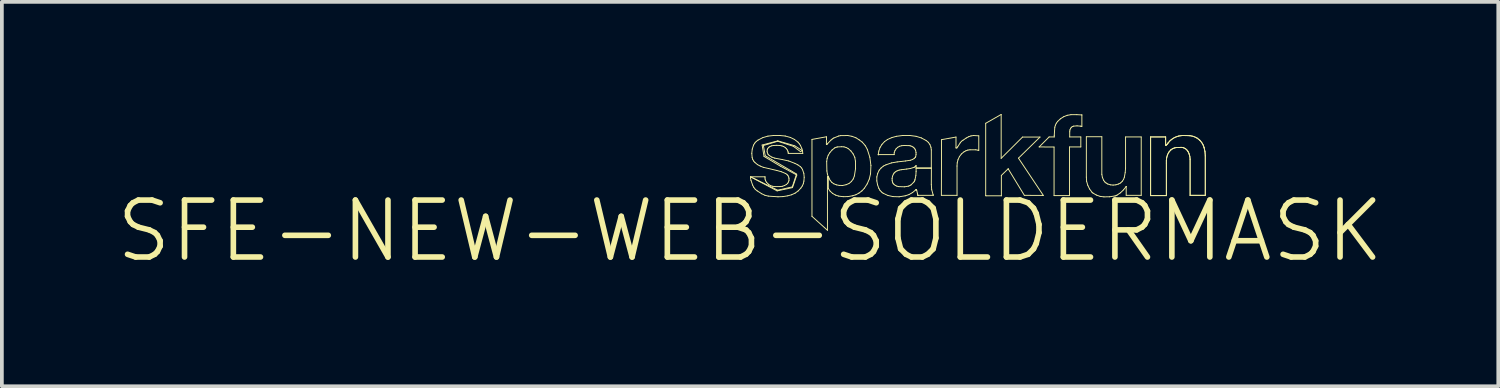
<source format=kicad_pcb>
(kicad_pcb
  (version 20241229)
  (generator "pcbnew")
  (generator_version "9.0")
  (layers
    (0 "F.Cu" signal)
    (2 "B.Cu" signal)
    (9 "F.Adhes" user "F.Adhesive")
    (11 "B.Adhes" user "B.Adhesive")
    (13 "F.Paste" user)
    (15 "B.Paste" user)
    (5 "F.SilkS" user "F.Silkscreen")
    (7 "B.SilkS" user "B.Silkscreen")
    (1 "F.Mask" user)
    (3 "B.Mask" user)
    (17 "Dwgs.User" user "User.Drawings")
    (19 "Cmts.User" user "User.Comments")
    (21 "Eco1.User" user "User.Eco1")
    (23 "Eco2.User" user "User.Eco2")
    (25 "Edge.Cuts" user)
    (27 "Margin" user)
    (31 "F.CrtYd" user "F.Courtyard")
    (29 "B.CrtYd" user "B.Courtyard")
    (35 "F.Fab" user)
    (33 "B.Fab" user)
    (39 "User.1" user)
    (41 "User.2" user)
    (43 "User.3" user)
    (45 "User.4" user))
  (footprint "SFE-NEW-WEB-SOLDERMASK"
    (layer "F.Cu")
    (at 17.018 3.129)
    (property "Reference" "SFE-NEW-WEB-SOLDERMASK" (at 0 0 0) (layer "F.SilkS") (effects (font (size 1.524 1.524) (thickness 0.15))))
    (attr exclude_from_pos_files exclude_from_bom)
    (fp_line (start 0.013 -1.448) (end 0.013 -1.41) (stroke (width 0.025) (type solid)) (layer "F.SilkS"))
    (fp_line (start 0.013 -1.448) (end 0.724 -1.072) (stroke (width 0.025) (type solid)) (layer "F.SilkS"))
    (fp_line (start 0.013 -1.41) (end 0.025 -1.351) (stroke (width 0.025) (type solid)) (layer "F.SilkS"))
    (fp_line (start 0.025 -1.351) (end 0.069 -1.224) (stroke (width 0.025) (type solid)) (layer "F.SilkS"))
    (fp_line (start 0.046 -2.075) (end 0.056 -1.961) (stroke (width 0.025) (type solid)) (layer "F.SilkS"))
    (fp_line (start 0.056 -1.961) (end 0.071 -1.913) (stroke (width 0.025) (type solid)) (layer "F.SilkS"))
    (fp_line (start 0.058 -2.189) (end 0.046 -2.075) (stroke (width 0.025) (type solid)) (layer "F.SilkS"))
    (fp_line (start 0.069 -1.224) (end 0.099 -1.166) (stroke (width 0.025) (type solid)) (layer "F.SilkS"))
    (fp_line (start 0.071 -1.913) (end 0.097 -1.869) (stroke (width 0.025) (type solid)) (layer "F.SilkS"))
    (fp_line (start 0.094 -2.299) (end 0.058 -2.189) (stroke (width 0.025) (type solid)) (layer "F.SilkS"))
    (fp_line (start 0.097 -1.869) (end 0.132 -1.829) (stroke (width 0.025) (type solid)) (layer "F.SilkS"))
    (fp_line (start 0.099 -1.166) (end 0.14 -1.113) (stroke (width 0.025) (type solid)) (layer "F.SilkS"))
    (fp_line (start 0.124 -2.349) (end 0.094 -2.299) (stroke (width 0.025) (type solid)) (layer "F.SilkS"))
    (fp_line (start 0.132 -1.829) (end 0.198 -1.775) (stroke (width 0.025) (type solid)) (layer "F.SilkS"))
    (fp_line (start 0.14 -1.113) (end 0.191 -1.072) (stroke (width 0.025) (type solid)) (layer "F.SilkS"))
    (fp_line (start 0.165 -2.395) (end 0.124 -2.349) (stroke (width 0.025) (type solid)) (layer "F.SilkS"))
    (fp_line (start 0.191 -1.072) (end 0.31 -0.996) (stroke (width 0.025) (type solid)) (layer "F.SilkS"))
    (fp_line (start 0.198 -1.775) (end 0.274 -1.735) (stroke (width 0.025) (type solid)) (layer "F.SilkS"))
    (fp_line (start 0.213 -2.431) (end 0.165 -2.395) (stroke (width 0.025) (type solid)) (layer "F.SilkS"))
    (fp_line (start 0.274 -1.735) (end 0.356 -1.702) (stroke (width 0.025) (type solid)) (layer "F.SilkS"))
    (fp_line (start 0.31 -0.996) (end 0.396 -0.955) (stroke (width 0.025) (type solid)) (layer "F.SilkS"))
    (fp_line (start 0.323 -2.299) (end 0.373 -1.994) (stroke (width 0.025) (type solid)) (layer "F.SilkS"))
    (fp_line (start 0.34 -2.497) (end 0.213 -2.431) (stroke (width 0.025) (type solid)) (layer "F.SilkS"))
    (fp_line (start 0.356 -2.286) (end 0.737 -2.4) (stroke (width 0.025) (type solid)) (layer "F.SilkS"))
    (fp_line (start 0.356 -1.702) (end 0.716 -1.618) (stroke (width 0.025) (type solid)) (layer "F.SilkS"))
    (fp_line (start 0.373 -1.994) (end 0.813 -1.732) (stroke (width 0.025) (type solid)) (layer "F.SilkS"))
    (fp_line (start 0.396 -0.955) (end 0.488 -0.932) (stroke (width 0.025) (type solid)) (layer "F.SilkS"))
    (fp_line (start 0.399 -1.448) (end 0.013 -1.448) (stroke (width 0.025) (type solid)) (layer "F.SilkS"))
    (fp_line (start 0.399 -1.44) (end 0.399 -1.448) (stroke (width 0.025) (type solid)) (layer "F.SilkS"))
    (fp_line (start 0.401 -1.389) (end 0.399 -1.44) (stroke (width 0.025) (type solid)) (layer "F.SilkS"))
    (fp_line (start 0.406 -2.012) (end 0.356 -2.286) (stroke (width 0.025) (type solid)) (layer "F.SilkS"))
    (fp_line (start 0.417 -1.341) (end 0.401 -1.389) (stroke (width 0.025) (type solid)) (layer "F.SilkS"))
    (fp_line (start 0.445 -1.295) (end 0.417 -1.341) (stroke (width 0.025) (type solid)) (layer "F.SilkS"))
    (fp_line (start 0.455 -2.134) (end 0.46 -2.174) (stroke (width 0.025) (type solid)) (layer "F.SilkS"))
    (fp_line (start 0.46 -2.174) (end 0.475 -2.21) (stroke (width 0.025) (type solid)) (layer "F.SilkS"))
    (fp_line (start 0.462 -2.093) (end 0.455 -2.134) (stroke (width 0.025) (type solid)) (layer "F.SilkS"))
    (fp_line (start 0.475 -2.21) (end 0.503 -2.24) (stroke (width 0.025) (type solid)) (layer "F.SilkS"))
    (fp_line (start 0.478 -2.537) (end 0.34 -2.497) (stroke (width 0.025) (type solid)) (layer "F.SilkS"))
    (fp_line (start 0.48 -2.052) (end 0.462 -2.093) (stroke (width 0.025) (type solid)) (layer "F.SilkS"))
    (fp_line (start 0.488 -0.932) (end 0.747 -0.914) (stroke (width 0.025) (type solid)) (layer "F.SilkS"))
    (fp_line (start 0.49 -1.25) (end 0.445 -1.295) (stroke (width 0.025) (type solid)) (layer "F.SilkS"))
    (fp_line (start 0.503 -2.24) (end 0.533 -2.261) (stroke (width 0.025) (type solid)) (layer "F.SilkS"))
    (fp_line (start 0.513 -2.019) (end 0.48 -2.052) (stroke (width 0.025) (type solid)) (layer "F.SilkS"))
    (fp_line (start 0.533 -2.261) (end 0.579 -2.278) (stroke (width 0.025) (type solid)) (layer "F.SilkS"))
    (fp_line (start 0.544 -1.214) (end 0.49 -1.25) (stroke (width 0.025) (type solid)) (layer "F.SilkS"))
    (fp_line (start 0.579 -2.278) (end 0.627 -2.286) (stroke (width 0.025) (type solid)) (layer "F.SilkS"))
    (fp_line (start 0.582 -1.976) (end 0.513 -2.019) (stroke (width 0.025) (type solid)) (layer "F.SilkS"))
    (fp_line (start 0.607 -1.194) (end 0.544 -1.214) (stroke (width 0.025) (type solid)) (layer "F.SilkS"))
    (fp_line (start 0.622 -2.553) (end 0.478 -2.537) (stroke (width 0.025) (type solid)) (layer "F.SilkS"))
    (fp_line (start 0.627 -2.286) (end 0.714 -2.291) (stroke (width 0.025) (type solid)) (layer "F.SilkS"))
    (fp_line (start 0.66 -1.948) (end 0.582 -1.976) (stroke (width 0.025) (type solid)) (layer "F.SilkS"))
    (fp_line (start 0.665 -1.186) (end 0.607 -1.194) (stroke (width 0.025) (type solid)) (layer "F.SilkS"))
    (fp_line (start 0.714 -2.291) (end 0.8 -2.286) (stroke (width 0.025) (type solid)) (layer "F.SilkS"))
    (fp_line (start 0.716 -1.618) (end 0.836 -1.585) (stroke (width 0.025) (type solid)) (layer "F.SilkS"))
    (fp_line (start 0.724 -1.072) (end 1.135 -1.161) (stroke (width 0.025) (type solid)) (layer "F.SilkS"))
    (fp_line (start 0.737 -2.4) (end 1.156 -2.266) (stroke (width 0.025) (type solid)) (layer "F.SilkS"))
    (fp_line (start 0.737 -1.09) (end 0.013 -1.448) (stroke (width 0.025) (type solid)) (layer "F.SilkS"))
    (fp_line (start 0.742 -2.41) (end 0.323 -2.299) (stroke (width 0.025) (type solid)) (layer "F.SilkS"))
    (fp_line (start 0.747 -0.914) (end 0.879 -0.919) (stroke (width 0.025) (type solid)) (layer "F.SilkS"))
    (fp_line (start 0.8 -2.553) (end 0.622 -2.553) (stroke (width 0.025) (type solid)) (layer "F.SilkS"))
    (fp_line (start 0.8 -2.286) (end 0.851 -2.276) (stroke (width 0.025) (type solid)) (layer "F.SilkS"))
    (fp_line (start 0.8 -1.186) (end 0.665 -1.186) (stroke (width 0.025) (type solid)) (layer "F.SilkS"))
    (fp_line (start 0.813 -1.732) (end 1.237 -1.504) (stroke (width 0.025) (type solid)) (layer "F.SilkS"))
    (fp_line (start 0.836 -1.585) (end 0.95 -1.537) (stroke (width 0.025) (type solid)) (layer "F.SilkS"))
    (fp_line (start 0.851 -2.276) (end 0.899 -2.258) (stroke (width 0.025) (type solid)) (layer "F.SilkS"))
    (fp_line (start 0.861 -1.194) (end 0.8 -1.186) (stroke (width 0.025) (type solid)) (layer "F.SilkS"))
    (fp_line (start 0.864 -1.91) (end 0.66 -1.948) (stroke (width 0.025) (type solid)) (layer "F.SilkS"))
    (fp_line (start 0.879 -0.919) (end 1.008 -0.94) (stroke (width 0.025) (type solid)) (layer "F.SilkS"))
    (fp_line (start 0.899 -2.258) (end 0.945 -2.228) (stroke (width 0.025) (type solid)) (layer "F.SilkS"))
    (fp_line (start 0.919 -1.214) (end 0.861 -1.194) (stroke (width 0.025) (type solid)) (layer "F.SilkS"))
    (fp_line (start 0.94 -2.54) (end 0.8 -2.553) (stroke (width 0.025) (type solid)) (layer "F.SilkS"))
    (fp_line (start 0.945 -2.228) (end 0.973 -2.2) (stroke (width 0.025) (type solid)) (layer "F.SilkS"))
    (fp_line (start 0.95 -1.537) (end 0.986 -1.514) (stroke (width 0.025) (type solid)) (layer "F.SilkS"))
    (fp_line (start 0.973 -2.2) (end 0.996 -2.167) (stroke (width 0.025) (type solid)) (layer "F.SilkS"))
    (fp_line (start 0.975 -1.245) (end 0.919 -1.214) (stroke (width 0.025) (type solid)) (layer "F.SilkS"))
    (fp_line (start 0.986 -1.514) (end 1.013 -1.481) (stroke (width 0.025) (type solid)) (layer "F.SilkS"))
    (fp_line (start 0.996 -2.167) (end 1.013 -2.131) (stroke (width 0.025) (type solid)) (layer "F.SilkS"))
    (fp_line (start 1.006 -1.275) (end 0.975 -1.245) (stroke (width 0.025) (type solid)) (layer "F.SilkS"))
    (fp_line (start 1.008 -0.94) (end 1.11 -0.968) (stroke (width 0.025) (type solid)) (layer "F.SilkS"))
    (fp_line (start 1.013 -2.131) (end 1.019 -2.103) (stroke (width 0.025) (type solid)) (layer "F.SilkS"))
    (fp_line (start 1.013 -1.481) (end 1.034 -1.44) (stroke (width 0.025) (type solid)) (layer "F.SilkS"))
    (fp_line (start 1.019 -2.103) (end 1.021 -2.075) (stroke (width 0.025) (type solid)) (layer "F.SilkS"))
    (fp_line (start 1.021 -2.075) (end 1.41 -2.075) (stroke (width 0.025) (type solid)) (layer "F.SilkS"))
    (fp_line (start 1.029 -1.313) (end 1.006 -1.275) (stroke (width 0.025) (type solid)) (layer "F.SilkS"))
    (fp_line (start 1.034 -1.872) (end 0.864 -1.91) (stroke (width 0.025) (type solid)) (layer "F.SilkS"))
    (fp_line (start 1.034 -1.44) (end 1.041 -1.4) (stroke (width 0.025) (type solid)) (layer "F.SilkS"))
    (fp_line (start 1.041 -1.4) (end 1.041 -1.356) (stroke (width 0.025) (type solid)) (layer "F.SilkS"))
    (fp_line (start 1.041 -1.356) (end 1.029 -1.313) (stroke (width 0.025) (type solid)) (layer "F.SilkS"))
    (fp_line (start 1.077 -2.502) (end 0.94 -2.54) (stroke (width 0.025) (type solid)) (layer "F.SilkS"))
    (fp_line (start 1.11 -0.968) (end 1.204 -1.011) (stroke (width 0.025) (type solid)) (layer "F.SilkS"))
    (fp_line (start 1.13 -1.179) (end 0.737 -1.09) (stroke (width 0.025) (type solid)) (layer "F.SilkS"))
    (fp_line (start 1.135 -1.161) (end 1.25 -1.496) (stroke (width 0.025) (type solid)) (layer "F.SilkS"))
    (fp_line (start 1.156 -2.266) (end 1.351 -2.121) (stroke (width 0.025) (type solid)) (layer "F.SilkS"))
    (fp_line (start 1.186 -2.449) (end 1.077 -2.502) (stroke (width 0.025) (type solid)) (layer "F.SilkS"))
    (fp_line (start 1.194 -2.278) (end 0.742 -2.41) (stroke (width 0.025) (type solid)) (layer "F.SilkS"))
    (fp_line (start 1.199 -1.808) (end 1.034 -1.872) (stroke (width 0.025) (type solid)) (layer "F.SilkS"))
    (fp_line (start 1.204 -1.011) (end 1.288 -1.072) (stroke (width 0.025) (type solid)) (layer "F.SilkS"))
    (fp_line (start 1.232 -1.529) (end 0.406 -2.012) (stroke (width 0.025) (type solid)) (layer "F.SilkS"))
    (fp_line (start 1.237 -1.504) (end 1.13 -1.179) (stroke (width 0.025) (type solid)) (layer "F.SilkS"))
    (fp_line (start 1.25 -1.496) (end 1.232 -1.529) (stroke (width 0.025) (type solid)) (layer "F.SilkS"))
    (fp_line (start 1.275 -1.77) (end 1.199 -1.808) (stroke (width 0.025) (type solid)) (layer "F.SilkS"))
    (fp_line (start 1.283 -2.375) (end 1.186 -2.449) (stroke (width 0.025) (type solid)) (layer "F.SilkS"))
    (fp_line (start 1.288 -1.072) (end 1.359 -1.148) (stroke (width 0.025) (type solid)) (layer "F.SilkS"))
    (fp_line (start 1.316 -2.334) (end 1.283 -2.375) (stroke (width 0.025) (type solid)) (layer "F.SilkS"))
    (fp_line (start 1.346 -2.291) (end 1.316 -2.334) (stroke (width 0.025) (type solid)) (layer "F.SilkS"))
    (fp_line (start 1.346 -1.72) (end 1.275 -1.77) (stroke (width 0.025) (type solid)) (layer "F.SilkS"))
    (fp_line (start 1.351 -2.121) (end 1.402 -2.156) (stroke (width 0.025) (type solid)) (layer "F.SilkS"))
    (fp_line (start 1.359 -1.148) (end 1.397 -1.204) (stroke (width 0.025) (type solid)) (layer "F.SilkS"))
    (fp_line (start 1.379 -1.684) (end 1.346 -1.72) (stroke (width 0.025) (type solid)) (layer "F.SilkS"))
    (fp_line (start 1.382 -2.21) (end 1.346 -2.291) (stroke (width 0.025) (type solid)) (layer "F.SilkS"))
    (fp_line (start 1.397 -1.204) (end 1.425 -1.265) (stroke (width 0.025) (type solid)) (layer "F.SilkS"))
    (fp_line (start 1.402 -2.156) (end 1.382 -2.21) (stroke (width 0.025) (type solid)) (layer "F.SilkS"))
    (fp_line (start 1.402 -2.146) (end 1.194 -2.278) (stroke (width 0.025) (type solid)) (layer "F.SilkS"))
    (fp_line (start 1.402 -1.643) (end 1.379 -1.684) (stroke (width 0.025) (type solid)) (layer "F.SilkS"))
    (fp_line (start 1.41 -2.075) (end 1.402 -2.146) (stroke (width 0.025) (type solid)) (layer "F.SilkS"))
    (fp_line (start 1.425 -1.265) (end 1.44 -1.333) (stroke (width 0.025) (type solid)) (layer "F.SilkS"))
    (fp_line (start 1.438 -1.542) (end 1.402 -1.643) (stroke (width 0.025) (type solid)) (layer "F.SilkS"))
    (fp_line (start 1.44 -1.333) (end 1.448 -1.435) (stroke (width 0.025) (type solid)) (layer "F.SilkS"))
    (fp_line (start 1.448 -1.435) (end 1.438 -1.542) (stroke (width 0.025) (type solid)) (layer "F.SilkS"))
    (fp_line (start 1.656 -2.449) (end 2.045 -2.52) (stroke (width 0.025) (type solid)) (layer "F.SilkS"))
    (fp_line (start 1.656 -0.391) (end 1.656 -2.449) (stroke (width 0.025) (type solid)) (layer "F.SilkS"))
    (fp_line (start 2.042 -2.322) (end 2.05 -2.311) (stroke (width 0.025) (type solid)) (layer "F.SilkS"))
    (fp_line (start 2.045 -2.52) (end 2.042 -2.322) (stroke (width 0.025) (type solid)) (layer "F.SilkS"))
    (fp_line (start 2.05 -2.311) (end 2.055 -2.311) (stroke (width 0.025) (type solid)) (layer "F.SilkS"))
    (fp_line (start 2.05 -1.859) (end 2.055 -1.605) (stroke (width 0.025) (type solid)) (layer "F.SilkS"))
    (fp_line (start 2.055 -2.311) (end 2.075 -2.337) (stroke (width 0.025) (type solid)) (layer "F.SilkS"))
    (fp_line (start 2.055 -1.605) (end 2.068 -1.524) (stroke (width 0.025) (type solid)) (layer "F.SilkS"))
    (fp_line (start 2.062 -1.943) (end 2.05 -1.859) (stroke (width 0.025) (type solid)) (layer "F.SilkS"))
    (fp_line (start 2.068 -1.524) (end 2.088 -1.458) (stroke (width 0.025) (type solid)) (layer "F.SilkS"))
    (fp_line (start 2.07 -1.448) (end 2.07 -0.018) (stroke (width 0.025) (type solid)) (layer "F.SilkS"))
    (fp_line (start 2.07 -0.018) (end 1.656 -0.391) (stroke (width 0.025) (type solid)) (layer "F.SilkS"))
    (fp_line (start 2.075 -2.337) (end 2.164 -2.431) (stroke (width 0.025) (type solid)) (layer "F.SilkS"))
    (fp_line (start 2.083 -1.448) (end 2.07 -1.448) (stroke (width 0.025) (type solid)) (layer "F.SilkS"))
    (fp_line (start 2.085 -1.448) (end 2.083 -1.448) (stroke (width 0.025) (type solid)) (layer "F.SilkS"))
    (fp_line (start 2.088 -1.458) (end 2.09 -1.453) (stroke (width 0.025) (type solid)) (layer "F.SilkS"))
    (fp_line (start 2.088 -1.45) (end 2.085 -1.448) (stroke (width 0.025) (type solid)) (layer "F.SilkS"))
    (fp_line (start 2.09 -2.024) (end 2.062 -1.943) (stroke (width 0.025) (type solid)) (layer "F.SilkS"))
    (fp_line (start 2.09 -1.453) (end 2.088 -1.45) (stroke (width 0.025) (type solid)) (layer "F.SilkS"))
    (fp_line (start 2.093 -1.433) (end 2.101 -1.44) (stroke (width 0.025) (type solid)) (layer "F.SilkS"))
    (fp_line (start 2.093 -1.135) (end 2.093 -1.433) (stroke (width 0.025) (type solid)) (layer "F.SilkS"))
    (fp_line (start 2.101 -1.44) (end 2.101 -1.435) (stroke (width 0.025) (type solid)) (layer "F.SilkS"))
    (fp_line (start 2.101 -1.435) (end 2.101 -1.425) (stroke (width 0.025) (type solid)) (layer "F.SilkS"))
    (fp_line (start 2.101 -1.425) (end 2.108 -1.415) (stroke (width 0.025) (type solid)) (layer "F.SilkS"))
    (fp_line (start 2.108 -1.415) (end 2.113 -1.41) (stroke (width 0.025) (type solid)) (layer "F.SilkS"))
    (fp_line (start 2.113 -1.41) (end 2.144 -1.351) (stroke (width 0.025) (type solid)) (layer "F.SilkS"))
    (fp_line (start 2.134 -2.095) (end 2.09 -2.024) (stroke (width 0.025) (type solid)) (layer "F.SilkS"))
    (fp_line (start 2.144 -1.351) (end 2.187 -1.3) (stroke (width 0.025) (type solid)) (layer "F.SilkS"))
    (fp_line (start 2.144 -1.062) (end 2.093 -1.135) (stroke (width 0.025) (type solid)) (layer "F.SilkS"))
    (fp_line (start 2.164 -2.431) (end 2.2 -2.461) (stroke (width 0.025) (type solid)) (layer "F.SilkS"))
    (fp_line (start 2.187 -1.3) (end 2.24 -1.262) (stroke (width 0.025) (type solid)) (layer "F.SilkS"))
    (fp_line (start 2.195 -2.167) (end 2.134 -2.095) (stroke (width 0.025) (type solid)) (layer "F.SilkS"))
    (fp_line (start 2.2 -2.461) (end 2.24 -2.487) (stroke (width 0.025) (type solid)) (layer "F.SilkS"))
    (fp_line (start 2.21 -1.003) (end 2.144 -1.062) (stroke (width 0.025) (type solid)) (layer "F.SilkS"))
    (fp_line (start 2.24 -2.487) (end 2.372 -2.54) (stroke (width 0.025) (type solid)) (layer "F.SilkS"))
    (fp_line (start 2.24 -1.262) (end 2.309 -1.234) (stroke (width 0.025) (type solid)) (layer "F.SilkS"))
    (fp_line (start 2.266 -2.223) (end 2.195 -2.167) (stroke (width 0.025) (type solid)) (layer "F.SilkS"))
    (fp_line (start 2.286 -0.96) (end 2.21 -1.003) (stroke (width 0.025) (type solid)) (layer "F.SilkS"))
    (fp_line (start 2.304 -2.24) (end 2.266 -2.223) (stroke (width 0.025) (type solid)) (layer "F.SilkS"))
    (fp_line (start 2.309 -1.234) (end 2.385 -1.219) (stroke (width 0.025) (type solid)) (layer "F.SilkS"))
    (fp_line (start 2.342 -2.248) (end 2.304 -2.24) (stroke (width 0.025) (type solid)) (layer "F.SilkS"))
    (fp_line (start 2.372 -2.54) (end 2.418 -2.55) (stroke (width 0.025) (type solid)) (layer "F.SilkS"))
    (fp_line (start 2.372 -0.932) (end 2.286 -0.96) (stroke (width 0.025) (type solid)) (layer "F.SilkS"))
    (fp_line (start 2.385 -1.219) (end 2.477 -1.217) (stroke (width 0.025) (type solid)) (layer "F.SilkS"))
    (fp_line (start 2.418 -2.55) (end 2.616 -2.553) (stroke (width 0.025) (type solid)) (layer "F.SilkS"))
    (fp_line (start 2.451 -2.253) (end 2.342 -2.248) (stroke (width 0.025) (type solid)) (layer "F.SilkS"))
    (fp_line (start 2.477 -1.217) (end 2.57 -1.237) (stroke (width 0.025) (type solid)) (layer "F.SilkS"))
    (fp_line (start 2.492 -0.917) (end 2.372 -0.932) (stroke (width 0.025) (type solid)) (layer "F.SilkS"))
    (fp_line (start 2.512 -2.25) (end 2.451 -2.253) (stroke (width 0.025) (type solid)) (layer "F.SilkS"))
    (fp_line (start 2.568 -2.233) (end 2.512 -2.25) (stroke (width 0.025) (type solid)) (layer "F.SilkS"))
    (fp_line (start 2.57 -1.237) (end 2.647 -1.27) (stroke (width 0.025) (type solid)) (layer "F.SilkS"))
    (fp_line (start 2.616 -2.553) (end 2.725 -2.532) (stroke (width 0.025) (type solid)) (layer "F.SilkS"))
    (fp_line (start 2.616 -0.919) (end 2.492 -0.917) (stroke (width 0.025) (type solid)) (layer "F.SilkS"))
    (fp_line (start 2.621 -2.207) (end 2.568 -2.233) (stroke (width 0.025) (type solid)) (layer "F.SilkS"))
    (fp_line (start 2.647 -1.27) (end 2.71 -1.323) (stroke (width 0.025) (type solid)) (layer "F.SilkS"))
    (fp_line (start 2.697 -2.141) (end 2.621 -2.207) (stroke (width 0.025) (type solid)) (layer "F.SilkS"))
    (fp_line (start 2.71 -1.323) (end 2.761 -1.392) (stroke (width 0.025) (type solid)) (layer "F.SilkS"))
    (fp_line (start 2.725 -2.532) (end 2.83 -2.494) (stroke (width 0.025) (type solid)) (layer "F.SilkS"))
    (fp_line (start 2.736 -0.94) (end 2.616 -0.919) (stroke (width 0.025) (type solid)) (layer "F.SilkS"))
    (fp_line (start 2.758 -2.06) (end 2.697 -2.141) (stroke (width 0.025) (type solid)) (layer "F.SilkS"))
    (fp_line (start 2.761 -1.392) (end 2.791 -1.473) (stroke (width 0.025) (type solid)) (layer "F.SilkS"))
    (fp_line (start 2.791 -1.473) (end 2.822 -1.669) (stroke (width 0.025) (type solid)) (layer "F.SilkS"))
    (fp_line (start 2.802 -1.968) (end 2.758 -2.06) (stroke (width 0.025) (type solid)) (layer "F.SilkS"))
    (fp_line (start 2.819 -1.867) (end 2.802 -1.968) (stroke (width 0.025) (type solid)) (layer "F.SilkS"))
    (fp_line (start 2.822 -1.669) (end 2.819 -1.867) (stroke (width 0.025) (type solid)) (layer "F.SilkS"))
    (fp_line (start 2.83 -2.494) (end 2.918 -2.438) (stroke (width 0.025) (type solid)) (layer "F.SilkS"))
    (fp_line (start 2.83 -0.968) (end 2.736 -0.94) (stroke (width 0.025) (type solid)) (layer "F.SilkS"))
    (fp_line (start 2.913 -1.013) (end 2.83 -0.968) (stroke (width 0.025) (type solid)) (layer "F.SilkS"))
    (fp_line (start 2.918 -2.438) (end 3.002 -2.375) (stroke (width 0.025) (type solid)) (layer "F.SilkS"))
    (fp_line (start 2.992 -1.072) (end 2.913 -1.013) (stroke (width 0.025) (type solid)) (layer "F.SilkS"))
    (fp_line (start 3.002 -2.375) (end 3.081 -2.283) (stroke (width 0.025) (type solid)) (layer "F.SilkS"))
    (fp_line (start 3.058 -1.143) (end 2.992 -1.072) (stroke (width 0.025) (type solid)) (layer "F.SilkS"))
    (fp_line (start 3.081 -2.283) (end 3.137 -2.182) (stroke (width 0.025) (type solid)) (layer "F.SilkS"))
    (fp_line (start 3.134 -1.26) (end 3.058 -1.143) (stroke (width 0.025) (type solid)) (layer "F.SilkS"))
    (fp_line (start 3.137 -2.182) (end 3.205 -1.968) (stroke (width 0.025) (type solid)) (layer "F.SilkS"))
    (fp_line (start 3.19 -1.389) (end 3.134 -1.26) (stroke (width 0.025) (type solid)) (layer "F.SilkS"))
    (fp_line (start 3.205 -1.968) (end 3.233 -1.75) (stroke (width 0.025) (type solid)) (layer "F.SilkS"))
    (fp_line (start 3.223 -1.529) (end 3.19 -1.389) (stroke (width 0.025) (type solid)) (layer "F.SilkS"))
    (fp_line (start 3.233 -1.75) (end 3.223 -1.529) (stroke (width 0.025) (type solid)) (layer "F.SilkS"))
    (fp_line (start 3.391 -1.445) (end 3.391 -1.339) (stroke (width 0.025) (type solid)) (layer "F.SilkS"))
    (fp_line (start 3.391 -1.339) (end 3.411 -1.234) (stroke (width 0.025) (type solid)) (layer "F.SilkS"))
    (fp_line (start 3.411 -1.234) (end 3.447 -1.135) (stroke (width 0.025) (type solid)) (layer "F.SilkS"))
    (fp_line (start 3.414 -1.539) (end 3.391 -1.445) (stroke (width 0.025) (type solid)) (layer "F.SilkS"))
    (fp_line (start 3.429 -2.042) (end 3.853 -2.042) (stroke (width 0.025) (type solid)) (layer "F.SilkS"))
    (fp_line (start 3.429 -2.037) (end 3.429 -2.042) (stroke (width 0.025) (type solid)) (layer "F.SilkS"))
    (fp_line (start 3.444 -2.136) (end 3.429 -2.037) (stroke (width 0.025) (type solid)) (layer "F.SilkS"))
    (fp_line (start 3.447 -1.135) (end 3.477 -1.085) (stroke (width 0.025) (type solid)) (layer "F.SilkS"))
    (fp_line (start 3.454 -1.626) (end 3.414 -1.539) (stroke (width 0.025) (type solid)) (layer "F.SilkS"))
    (fp_line (start 3.477 -2.233) (end 3.444 -2.136) (stroke (width 0.025) (type solid)) (layer "F.SilkS"))
    (fp_line (start 3.477 -1.085) (end 3.515 -1.044) (stroke (width 0.025) (type solid)) (layer "F.SilkS"))
    (fp_line (start 3.505 -1.684) (end 3.454 -1.626) (stroke (width 0.025) (type solid)) (layer "F.SilkS"))
    (fp_line (start 3.515 -1.044) (end 3.561 -1.008) (stroke (width 0.025) (type solid)) (layer "F.SilkS"))
    (fp_line (start 3.528 -2.316) (end 3.477 -2.233) (stroke (width 0.025) (type solid)) (layer "F.SilkS"))
    (fp_line (start 3.561 -1.008) (end 3.686 -0.95) (stroke (width 0.025) (type solid)) (layer "F.SilkS"))
    (fp_line (start 3.566 -1.735) (end 3.505 -1.684) (stroke (width 0.025) (type solid)) (layer "F.SilkS"))
    (fp_line (start 3.597 -2.39) (end 3.528 -2.316) (stroke (width 0.025) (type solid)) (layer "F.SilkS"))
    (fp_line (start 3.637 -1.77) (end 3.566 -1.735) (stroke (width 0.025) (type solid)) (layer "F.SilkS"))
    (fp_line (start 3.68 -2.449) (end 3.597 -2.39) (stroke (width 0.025) (type solid)) (layer "F.SilkS"))
    (fp_line (start 3.686 -0.95) (end 3.823 -0.919) (stroke (width 0.025) (type solid)) (layer "F.SilkS"))
    (fp_line (start 3.785 -1.821) (end 3.637 -1.77) (stroke (width 0.025) (type solid)) (layer "F.SilkS"))
    (fp_line (start 3.795 -2.499) (end 3.68 -2.449) (stroke (width 0.025) (type solid)) (layer "F.SilkS"))
    (fp_line (start 3.8 -1.405) (end 3.81 -1.463) (stroke (width 0.025) (type solid)) (layer "F.SilkS"))
    (fp_line (start 3.802 -1.344) (end 3.8 -1.405) (stroke (width 0.025) (type solid)) (layer "F.SilkS"))
    (fp_line (start 3.81 -1.463) (end 3.835 -1.521) (stroke (width 0.025) (type solid)) (layer "F.SilkS"))
    (fp_line (start 3.81 -1.308) (end 3.802 -1.344) (stroke (width 0.025) (type solid)) (layer "F.SilkS"))
    (fp_line (start 3.823 -1.278) (end 3.81 -1.308) (stroke (width 0.025) (type solid)) (layer "F.SilkS"))
    (fp_line (start 3.823 -0.919) (end 3.988 -0.914) (stroke (width 0.025) (type solid)) (layer "F.SilkS"))
    (fp_line (start 3.835 -1.521) (end 3.856 -1.552) (stroke (width 0.025) (type solid)) (layer "F.SilkS"))
    (fp_line (start 3.846 -1.25) (end 3.823 -1.278) (stroke (width 0.025) (type solid)) (layer "F.SilkS"))
    (fp_line (start 3.853 -2.045) (end 3.858 -2.101) (stroke (width 0.025) (type solid)) (layer "F.SilkS"))
    (fp_line (start 3.853 -2.042) (end 3.853 -2.045) (stroke (width 0.025) (type solid)) (layer "F.SilkS"))
    (fp_line (start 3.856 -1.552) (end 3.886 -1.58) (stroke (width 0.025) (type solid)) (layer "F.SilkS"))
    (fp_line (start 3.858 -2.101) (end 3.879 -2.154) (stroke (width 0.025) (type solid)) (layer "F.SilkS"))
    (fp_line (start 3.879 -2.154) (end 3.909 -2.2) (stroke (width 0.025) (type solid)) (layer "F.SilkS"))
    (fp_line (start 3.884 -1.219) (end 3.846 -1.25) (stroke (width 0.025) (type solid)) (layer "F.SilkS"))
    (fp_line (start 3.886 -1.58) (end 3.934 -1.608) (stroke (width 0.025) (type solid)) (layer "F.SilkS"))
    (fp_line (start 3.909 -2.2) (end 3.95 -2.238) (stroke (width 0.025) (type solid)) (layer "F.SilkS"))
    (fp_line (start 3.917 -2.532) (end 3.795 -2.499) (stroke (width 0.025) (type solid)) (layer "F.SilkS"))
    (fp_line (start 3.927 -1.199) (end 3.884 -1.219) (stroke (width 0.025) (type solid)) (layer "F.SilkS"))
    (fp_line (start 3.934 -1.608) (end 3.988 -1.628) (stroke (width 0.025) (type solid)) (layer "F.SilkS"))
    (fp_line (start 3.937 -1.847) (end 3.785 -1.821) (stroke (width 0.025) (type solid)) (layer "F.SilkS"))
    (fp_line (start 3.95 -2.238) (end 4 -2.266) (stroke (width 0.025) (type solid)) (layer "F.SilkS"))
    (fp_line (start 3.975 -1.186) (end 3.927 -1.199) (stroke (width 0.025) (type solid)) (layer "F.SilkS"))
    (fp_line (start 3.988 -1.628) (end 4.044 -1.638) (stroke (width 0.025) (type solid)) (layer "F.SilkS"))
    (fp_line (start 3.988 -0.914) (end 4.15 -0.94) (stroke (width 0.025) (type solid)) (layer "F.SilkS"))
    (fp_line (start 4 -2.266) (end 4.059 -2.281) (stroke (width 0.025) (type solid)) (layer "F.SilkS"))
    (fp_line (start 4.044 -1.638) (end 4.191 -1.656) (stroke (width 0.025) (type solid)) (layer "F.SilkS"))
    (fp_line (start 4.059 -2.281) (end 4.12 -2.286) (stroke (width 0.025) (type solid)) (layer "F.SilkS"))
    (fp_line (start 4.092 -2.555) (end 3.917 -2.532) (stroke (width 0.025) (type solid)) (layer "F.SilkS"))
    (fp_line (start 4.12 -2.286) (end 4.255 -2.283) (stroke (width 0.025) (type solid)) (layer "F.SilkS"))
    (fp_line (start 4.133 -1.181) (end 3.975 -1.186) (stroke (width 0.025) (type solid)) (layer "F.SilkS"))
    (fp_line (start 4.15 -0.94) (end 4.252 -0.973) (stroke (width 0.025) (type solid)) (layer "F.SilkS"))
    (fp_line (start 4.158 -1.872) (end 3.937 -1.847) (stroke (width 0.025) (type solid)) (layer "F.SilkS"))
    (fp_line (start 4.191 -1.656) (end 4.29 -1.671) (stroke (width 0.025) (type solid)) (layer "F.SilkS"))
    (fp_line (start 4.239 -1.199) (end 4.133 -1.181) (stroke (width 0.025) (type solid)) (layer "F.SilkS"))
    (fp_line (start 4.252 -0.973) (end 4.348 -1.029) (stroke (width 0.025) (type solid)) (layer "F.SilkS"))
    (fp_line (start 4.255 -2.283) (end 4.295 -2.276) (stroke (width 0.025) (type solid)) (layer "F.SilkS"))
    (fp_line (start 4.267 -2.555) (end 4.092 -2.555) (stroke (width 0.025) (type solid)) (layer "F.SilkS"))
    (fp_line (start 4.272 -1.212) (end 4.239 -1.199) (stroke (width 0.025) (type solid)) (layer "F.SilkS"))
    (fp_line (start 4.29 -1.671) (end 4.387 -1.702) (stroke (width 0.025) (type solid)) (layer "F.SilkS"))
    (fp_line (start 4.293 -1.892) (end 4.158 -1.872) (stroke (width 0.025) (type solid)) (layer "F.SilkS"))
    (fp_line (start 4.295 -2.276) (end 4.331 -2.263) (stroke (width 0.025) (type solid)) (layer "F.SilkS"))
    (fp_line (start 4.305 -1.232) (end 4.272 -1.212) (stroke (width 0.025) (type solid)) (layer "F.SilkS"))
    (fp_line (start 4.331 -2.263) (end 4.366 -2.24) (stroke (width 0.025) (type solid)) (layer "F.SilkS"))
    (fp_line (start 4.341 -1.91) (end 4.293 -1.892) (stroke (width 0.025) (type solid)) (layer "F.SilkS"))
    (fp_line (start 4.348 -1.029) (end 4.43 -1.097) (stroke (width 0.025) (type solid)) (layer "F.SilkS"))
    (fp_line (start 4.366 -2.24) (end 4.392 -2.217) (stroke (width 0.025) (type solid)) (layer "F.SilkS"))
    (fp_line (start 4.379 -1.306) (end 4.305 -1.232) (stroke (width 0.025) (type solid)) (layer "F.SilkS"))
    (fp_line (start 4.387 -1.935) (end 4.341 -1.91) (stroke (width 0.025) (type solid)) (layer "F.SilkS"))
    (fp_line (start 4.387 -1.702) (end 4.407 -1.712) (stroke (width 0.025) (type solid)) (layer "F.SilkS"))
    (fp_line (start 4.392 -2.217) (end 4.415 -2.187) (stroke (width 0.025) (type solid)) (layer "F.SilkS"))
    (fp_line (start 4.397 -1.328) (end 4.379 -1.306) (stroke (width 0.025) (type solid)) (layer "F.SilkS"))
    (fp_line (start 4.407 -1.712) (end 4.422 -1.727) (stroke (width 0.025) (type solid)) (layer "F.SilkS"))
    (fp_line (start 4.407 -1.356) (end 4.397 -1.328) (stroke (width 0.025) (type solid)) (layer "F.SilkS"))
    (fp_line (start 4.412 -1.372) (end 4.407 -1.356) (stroke (width 0.025) (type solid)) (layer "F.SilkS"))
    (fp_line (start 4.415 -2.187) (end 4.43 -2.151) (stroke (width 0.025) (type solid)) (layer "F.SilkS"))
    (fp_line (start 4.417 -1.966) (end 4.387 -1.935) (stroke (width 0.025) (type solid)) (layer "F.SilkS"))
    (fp_line (start 4.422 -1.976) (end 4.417 -1.966) (stroke (width 0.025) (type solid)) (layer "F.SilkS"))
    (fp_line (start 4.422 -1.727) (end 4.437 -1.745) (stroke (width 0.025) (type solid)) (layer "F.SilkS"))
    (fp_line (start 4.43 -2.151) (end 4.44 -2.098) (stroke (width 0.025) (type solid)) (layer "F.SilkS"))
    (fp_line (start 4.43 -1.986) (end 4.422 -1.976) (stroke (width 0.025) (type solid)) (layer "F.SilkS"))
    (fp_line (start 4.43 -1.097) (end 4.437 -1.102) (stroke (width 0.025) (type solid)) (layer "F.SilkS"))
    (fp_line (start 4.435 -1.481) (end 4.412 -1.372) (stroke (width 0.025) (type solid)) (layer "F.SilkS"))
    (fp_line (start 4.437 -1.745) (end 4.442 -1.745) (stroke (width 0.025) (type solid)) (layer "F.SilkS"))
    (fp_line (start 4.437 -1.102) (end 4.442 -1.102) (stroke (width 0.025) (type solid)) (layer "F.SilkS"))
    (fp_line (start 4.44 -2.098) (end 4.44 -2.042) (stroke (width 0.025) (type solid)) (layer "F.SilkS"))
    (fp_line (start 4.44 -2.042) (end 4.43 -1.986) (stroke (width 0.025) (type solid)) (layer "F.SilkS"))
    (fp_line (start 4.442 -2.532) (end 4.267 -2.555) (stroke (width 0.025) (type solid)) (layer "F.SilkS"))
    (fp_line (start 4.442 -1.745) (end 4.442 -1.687) (stroke (width 0.025) (type solid)) (layer "F.SilkS"))
    (fp_line (start 4.442 -1.687) (end 4.849 -1.687) (stroke (width 0.025) (type solid)) (layer "F.SilkS"))
    (fp_line (start 4.442 -1.676) (end 4.442 -1.593) (stroke (width 0.025) (type solid)) (layer "F.SilkS"))
    (fp_line (start 4.442 -1.593) (end 4.435 -1.481) (stroke (width 0.025) (type solid)) (layer "F.SilkS"))
    (fp_line (start 4.442 -1.102) (end 4.45 -1.102) (stroke (width 0.025) (type solid)) (layer "F.SilkS"))
    (fp_line (start 4.45 -1.102) (end 4.453 -1.097) (stroke (width 0.025) (type solid)) (layer "F.SilkS"))
    (fp_line (start 4.453 -1.097) (end 4.458 -1.09) (stroke (width 0.025) (type solid)) (layer "F.SilkS"))
    (fp_line (start 4.458 -1.09) (end 4.481 -0.988) (stroke (width 0.025) (type solid)) (layer "F.SilkS"))
    (fp_line (start 4.481 -0.988) (end 4.488 -0.958) (stroke (width 0.025) (type solid)) (layer "F.SilkS"))
    (fp_line (start 4.488 -0.958) (end 4.488 -0.955) (stroke (width 0.025) (type solid)) (layer "F.SilkS"))
    (fp_line (start 4.488 -0.955) (end 4.493 -0.953) (stroke (width 0.025) (type solid)) (layer "F.SilkS"))
    (fp_line (start 4.493 -0.953) (end 4.496 -0.953) (stroke (width 0.025) (type solid)) (layer "F.SilkS"))
    (fp_line (start 4.496 -0.953) (end 4.902 -0.953) (stroke (width 0.025) (type solid)) (layer "F.SilkS"))
    (fp_line (start 4.582 -2.489) (end 4.442 -2.532) (stroke (width 0.025) (type solid)) (layer "F.SilkS"))
    (fp_line (start 4.712 -2.418) (end 4.582 -2.489) (stroke (width 0.025) (type solid)) (layer "F.SilkS"))
    (fp_line (start 4.77 -2.37) (end 4.712 -2.418) (stroke (width 0.025) (type solid)) (layer "F.SilkS"))
    (fp_line (start 4.811 -2.311) (end 4.77 -2.37) (stroke (width 0.025) (type solid)) (layer "F.SilkS"))
    (fp_line (start 4.839 -2.24) (end 4.811 -2.311) (stroke (width 0.025) (type solid)) (layer "F.SilkS"))
    (fp_line (start 4.849 -2.169) (end 4.839 -2.24) (stroke (width 0.025) (type solid)) (layer "F.SilkS"))
    (fp_line (start 4.849 -1.687) (end 4.849 -2.169) (stroke (width 0.025) (type solid)) (layer "F.SilkS"))
    (fp_line (start 4.849 -1.242) (end 4.851 -1.676) (stroke (width 0.025) (type solid)) (layer "F.SilkS"))
    (fp_line (start 4.851 -1.676) (end 4.442 -1.676) (stroke (width 0.025) (type solid)) (layer "F.SilkS"))
    (fp_line (start 4.859 -1.105) (end 4.849 -1.242) (stroke (width 0.025) (type solid)) (layer "F.SilkS"))
    (fp_line (start 4.895 -0.975) (end 4.859 -1.105) (stroke (width 0.025) (type solid)) (layer "F.SilkS"))
    (fp_line (start 4.902 -0.953) (end 4.895 -0.975) (stroke (width 0.025) (type solid)) (layer "F.SilkS"))
    (fp_line (start 5.118 -0.953) (end 5.123 -2.443) (stroke (width 0.025) (type solid)) (layer "F.SilkS"))
    (fp_line (start 5.123 -2.443) (end 5.509 -2.512) (stroke (width 0.025) (type solid)) (layer "F.SilkS"))
    (fp_line (start 5.509 -2.512) (end 5.509 -2.223) (stroke (width 0.025) (type solid)) (layer "F.SilkS"))
    (fp_line (start 5.509 -2.223) (end 5.517 -2.22) (stroke (width 0.025) (type solid)) (layer "F.SilkS"))
    (fp_line (start 5.517 -2.22) (end 5.535 -2.223) (stroke (width 0.025) (type solid)) (layer "F.SilkS"))
    (fp_line (start 5.535 -2.223) (end 5.555 -2.253) (stroke (width 0.025) (type solid)) (layer "F.SilkS"))
    (fp_line (start 5.537 -1.737) (end 5.537 -0.953) (stroke (width 0.025) (type solid)) (layer "F.SilkS"))
    (fp_line (start 5.537 -0.953) (end 5.118 -0.953) (stroke (width 0.025) (type solid)) (layer "F.SilkS"))
    (fp_line (start 5.542 -1.821) (end 5.537 -1.737) (stroke (width 0.025) (type solid)) (layer "F.SilkS"))
    (fp_line (start 5.555 -2.253) (end 5.624 -2.36) (stroke (width 0.025) (type solid)) (layer "F.SilkS"))
    (fp_line (start 5.563 -1.905) (end 5.542 -1.821) (stroke (width 0.025) (type solid)) (layer "F.SilkS"))
    (fp_line (start 5.601 -1.989) (end 5.563 -1.905) (stroke (width 0.025) (type solid)) (layer "F.SilkS"))
    (fp_line (start 5.624 -2.36) (end 5.654 -2.398) (stroke (width 0.025) (type solid)) (layer "F.SilkS"))
    (fp_line (start 5.654 -2.398) (end 5.695 -2.426) (stroke (width 0.025) (type solid)) (layer "F.SilkS"))
    (fp_line (start 5.654 -2.06) (end 5.601 -1.989) (stroke (width 0.025) (type solid)) (layer "F.SilkS"))
    (fp_line (start 5.695 -2.426) (end 5.784 -2.487) (stroke (width 0.025) (type solid)) (layer "F.SilkS"))
    (fp_line (start 5.725 -2.118) (end 5.654 -2.06) (stroke (width 0.025) (type solid)) (layer "F.SilkS"))
    (fp_line (start 5.773 -2.144) (end 5.725 -2.118) (stroke (width 0.025) (type solid)) (layer "F.SilkS"))
    (fp_line (start 5.784 -2.487) (end 5.845 -2.52) (stroke (width 0.025) (type solid)) (layer "F.SilkS"))
    (fp_line (start 5.827 -2.164) (end 5.773 -2.144) (stroke (width 0.025) (type solid)) (layer "F.SilkS"))
    (fp_line (start 5.845 -2.52) (end 5.911 -2.543) (stroke (width 0.025) (type solid)) (layer "F.SilkS"))
    (fp_line (start 5.885 -2.172) (end 5.827 -2.164) (stroke (width 0.025) (type solid)) (layer "F.SilkS"))
    (fp_line (start 5.911 -2.543) (end 5.982 -2.553) (stroke (width 0.025) (type solid)) (layer "F.SilkS"))
    (fp_line (start 5.982 -2.553) (end 6.119 -2.545) (stroke (width 0.025) (type solid)) (layer "F.SilkS"))
    (fp_line (start 6.038 -2.172) (end 5.885 -2.172) (stroke (width 0.025) (type solid)) (layer "F.SilkS"))
    (fp_line (start 6.101 -2.159) (end 6.038 -2.172) (stroke (width 0.025) (type solid)) (layer "F.SilkS"))
    (fp_line (start 6.114 -2.159) (end 6.101 -2.159) (stroke (width 0.025) (type solid)) (layer "F.SilkS"))
    (fp_line (start 6.119 -2.545) (end 6.119 -2.159) (stroke (width 0.025) (type solid)) (layer "F.SilkS"))
    (fp_line (start 6.119 -2.159) (end 6.114 -2.159) (stroke (width 0.025) (type solid)) (layer "F.SilkS"))
    (fp_line (start 6.304 -2.88) (end 6.718 -3.117) (stroke (width 0.025) (type solid)) (layer "F.SilkS"))
    (fp_line (start 6.304 -0.945) (end 6.304 -2.88) (stroke (width 0.025) (type solid)) (layer "F.SilkS"))
    (fp_line (start 6.312 -0.94) (end 6.304 -0.945) (stroke (width 0.025) (type solid)) (layer "F.SilkS"))
    (fp_line (start 6.718 -3.117) (end 6.718 -1.943) (stroke (width 0.025) (type solid)) (layer "F.SilkS"))
    (fp_line (start 6.718 -1.943) (end 7.29 -2.512) (stroke (width 0.025) (type solid)) (layer "F.SilkS"))
    (fp_line (start 6.723 -1.486) (end 6.723 -0.94) (stroke (width 0.025) (type solid)) (layer "F.SilkS"))
    (fp_line (start 6.723 -0.94) (end 6.312 -0.94) (stroke (width 0.025) (type solid)) (layer "F.SilkS"))
    (fp_line (start 6.906 -1.664) (end 6.723 -1.486) (stroke (width 0.025) (type solid)) (layer "F.SilkS"))
    (fp_line (start 6.909 -1.656) (end 6.906 -1.664) (stroke (width 0.025) (type solid)) (layer "F.SilkS"))
    (fp_line (start 7.181 -1.948) (end 7.846 -0.95) (stroke (width 0.025) (type solid)) (layer "F.SilkS"))
    (fp_line (start 7.29 -2.512) (end 7.757 -2.512) (stroke (width 0.025) (type solid)) (layer "F.SilkS"))
    (fp_line (start 7.338 -0.953) (end 6.909 -1.656) (stroke (width 0.025) (type solid)) (layer "F.SilkS"))
    (fp_line (start 7.734 -2.248) (end 8.001 -2.515) (stroke (width 0.025) (type solid)) (layer "F.SilkS"))
    (fp_line (start 7.757 -2.512) (end 7.181 -1.948) (stroke (width 0.025) (type solid)) (layer "F.SilkS"))
    (fp_line (start 7.846 -0.95) (end 7.338 -0.953) (stroke (width 0.025) (type solid)) (layer "F.SilkS"))
    (fp_line (start 8.001 -2.515) (end 8.138 -2.515) (stroke (width 0.025) (type solid)) (layer "F.SilkS"))
    (fp_line (start 8.133 -2.245) (end 7.734 -2.248) (stroke (width 0.025) (type solid)) (layer "F.SilkS"))
    (fp_line (start 8.133 -0.945) (end 8.133 -2.245) (stroke (width 0.025) (type solid)) (layer "F.SilkS"))
    (fp_line (start 8.138 -2.558) (end 8.153 -2.774) (stroke (width 0.025) (type solid)) (layer "F.SilkS"))
    (fp_line (start 8.138 -2.515) (end 8.138 -2.558) (stroke (width 0.025) (type solid)) (layer "F.SilkS"))
    (fp_line (start 8.153 -2.774) (end 8.169 -2.83) (stroke (width 0.025) (type solid)) (layer "F.SilkS"))
    (fp_line (start 8.169 -2.83) (end 8.194 -2.883) (stroke (width 0.025) (type solid)) (layer "F.SilkS"))
    (fp_line (start 8.194 -2.883) (end 8.23 -2.931) (stroke (width 0.025) (type solid)) (layer "F.SilkS"))
    (fp_line (start 8.23 -2.931) (end 8.303 -3) (stroke (width 0.025) (type solid)) (layer "F.SilkS"))
    (fp_line (start 8.303 -3) (end 8.39 -3.056) (stroke (width 0.025) (type solid)) (layer "F.SilkS"))
    (fp_line (start 8.39 -3.056) (end 8.486 -3.094) (stroke (width 0.025) (type solid)) (layer "F.SilkS"))
    (fp_line (start 8.486 -3.094) (end 8.585 -3.111) (stroke (width 0.025) (type solid)) (layer "F.SilkS"))
    (fp_line (start 8.547 -2.248) (end 8.547 -0.945) (stroke (width 0.025) (type solid)) (layer "F.SilkS"))
    (fp_line (start 8.547 -0.945) (end 8.133 -0.945) (stroke (width 0.025) (type solid)) (layer "F.SilkS"))
    (fp_line (start 8.552 -2.654) (end 8.552 -2.515) (stroke (width 0.025) (type solid)) (layer "F.SilkS"))
    (fp_line (start 8.552 -2.515) (end 8.849 -2.515) (stroke (width 0.025) (type solid)) (layer "F.SilkS"))
    (fp_line (start 8.557 -2.703) (end 8.552 -2.654) (stroke (width 0.025) (type solid)) (layer "F.SilkS"))
    (fp_line (start 8.578 -2.748) (end 8.557 -2.703) (stroke (width 0.025) (type solid)) (layer "F.SilkS"))
    (fp_line (start 8.585 -3.111) (end 8.743 -3.111) (stroke (width 0.025) (type solid)) (layer "F.SilkS"))
    (fp_line (start 8.598 -2.774) (end 8.578 -2.748) (stroke (width 0.025) (type solid)) (layer "F.SilkS"))
    (fp_line (start 8.623 -2.791) (end 8.598 -2.774) (stroke (width 0.025) (type solid)) (layer "F.SilkS"))
    (fp_line (start 8.654 -2.804) (end 8.623 -2.791) (stroke (width 0.025) (type solid)) (layer "F.SilkS"))
    (fp_line (start 8.743 -3.111) (end 8.875 -3.104) (stroke (width 0.025) (type solid)) (layer "F.SilkS"))
    (fp_line (start 8.748 -2.812) (end 8.654 -2.804) (stroke (width 0.025) (type solid)) (layer "F.SilkS"))
    (fp_line (start 8.839 -2.804) (end 8.748 -2.812) (stroke (width 0.025) (type solid)) (layer "F.SilkS"))
    (fp_line (start 8.849 -2.515) (end 8.849 -2.248) (stroke (width 0.025) (type solid)) (layer "F.SilkS"))
    (fp_line (start 8.849 -2.248) (end 8.547 -2.248) (stroke (width 0.025) (type solid)) (layer "F.SilkS"))
    (fp_line (start 8.87 -2.799) (end 8.839 -2.804) (stroke (width 0.025) (type solid)) (layer "F.SilkS"))
    (fp_line (start 8.875 -3.104) (end 8.877 -3.104) (stroke (width 0.025) (type solid)) (layer "F.SilkS"))
    (fp_line (start 8.877 -3.104) (end 8.877 -2.799) (stroke (width 0.025) (type solid)) (layer "F.SilkS"))
    (fp_line (start 8.877 -2.799) (end 8.87 -2.799) (stroke (width 0.025) (type solid)) (layer "F.SilkS"))
    (fp_line (start 8.997 -2.52) (end 8.997 -1.44) (stroke (width 0.025) (type solid)) (layer "F.SilkS"))
    (fp_line (start 8.997 -1.44) (end 9.004 -1.328) (stroke (width 0.025) (type solid)) (layer "F.SilkS"))
    (fp_line (start 9.004 -1.328) (end 9.035 -1.222) (stroke (width 0.025) (type solid)) (layer "F.SilkS"))
    (fp_line (start 9.035 -1.222) (end 9.083 -1.123) (stroke (width 0.025) (type solid)) (layer "F.SilkS"))
    (fp_line (start 9.083 -1.123) (end 9.149 -1.034) (stroke (width 0.025) (type solid)) (layer "F.SilkS"))
    (fp_line (start 9.149 -1.034) (end 9.174 -1.013) (stroke (width 0.025) (type solid)) (layer "F.SilkS"))
    (fp_line (start 9.174 -1.013) (end 9.266 -0.96) (stroke (width 0.025) (type solid)) (layer "F.SilkS"))
    (fp_line (start 9.266 -0.96) (end 9.365 -0.925) (stroke (width 0.025) (type solid)) (layer "F.SilkS"))
    (fp_line (start 9.365 -0.925) (end 9.467 -0.912) (stroke (width 0.025) (type solid)) (layer "F.SilkS"))
    (fp_line (start 9.411 -2.52) (end 8.997 -2.52) (stroke (width 0.025) (type solid)) (layer "F.SilkS"))
    (fp_line (start 9.411 -1.516) (end 9.411 -2.52) (stroke (width 0.025) (type solid)) (layer "F.SilkS"))
    (fp_line (start 9.426 -1.433) (end 9.411 -1.516) (stroke (width 0.025) (type solid)) (layer "F.SilkS"))
    (fp_line (start 9.461 -1.351) (end 9.426 -1.433) (stroke (width 0.025) (type solid)) (layer "F.SilkS"))
    (fp_line (start 9.467 -0.912) (end 9.616 -0.914) (stroke (width 0.025) (type solid)) (layer "F.SilkS"))
    (fp_line (start 9.489 -1.313) (end 9.461 -1.351) (stroke (width 0.025) (type solid)) (layer "F.SilkS"))
    (fp_line (start 9.525 -1.283) (end 9.489 -1.313) (stroke (width 0.025) (type solid)) (layer "F.SilkS"))
    (fp_line (start 9.568 -1.257) (end 9.525 -1.283) (stroke (width 0.025) (type solid)) (layer "F.SilkS"))
    (fp_line (start 9.616 -0.914) (end 9.766 -0.937) (stroke (width 0.025) (type solid)) (layer "F.SilkS"))
    (fp_line (start 9.639 -1.234) (end 9.568 -1.257) (stroke (width 0.025) (type solid)) (layer "F.SilkS"))
    (fp_line (start 9.713 -1.227) (end 9.639 -1.234) (stroke (width 0.025) (type solid)) (layer "F.SilkS"))
    (fp_line (start 9.766 -0.937) (end 9.792 -0.945) (stroke (width 0.025) (type solid)) (layer "F.SilkS"))
    (fp_line (start 9.787 -1.234) (end 9.713 -1.227) (stroke (width 0.025) (type solid)) (layer "F.SilkS"))
    (fp_line (start 9.792 -0.945) (end 9.817 -0.958) (stroke (width 0.025) (type solid)) (layer "F.SilkS"))
    (fp_line (start 9.817 -0.958) (end 9.909 -1.021) (stroke (width 0.025) (type solid)) (layer "F.SilkS"))
    (fp_line (start 9.86 -1.257) (end 9.787 -1.234) (stroke (width 0.025) (type solid)) (layer "F.SilkS"))
    (fp_line (start 9.909 -1.021) (end 9.992 -1.1) (stroke (width 0.025) (type solid)) (layer "F.SilkS"))
    (fp_line (start 9.914 -1.285) (end 9.86 -1.257) (stroke (width 0.025) (type solid)) (layer "F.SilkS"))
    (fp_line (start 9.957 -1.328) (end 9.914 -1.285) (stroke (width 0.025) (type solid)) (layer "F.SilkS"))
    (fp_line (start 9.992 -1.379) (end 9.957 -1.328) (stroke (width 0.025) (type solid)) (layer "F.SilkS"))
    (fp_line (start 9.992 -1.1) (end 10.063 -1.191) (stroke (width 0.025) (type solid)) (layer "F.SilkS"))
    (fp_line (start 10.013 -1.435) (end 9.992 -1.379) (stroke (width 0.025) (type solid)) (layer "F.SilkS"))
    (fp_line (start 10.036 -1.56) (end 10.013 -1.435) (stroke (width 0.025) (type solid)) (layer "F.SilkS"))
    (fp_line (start 10.046 -2.515) (end 10.046 -1.681) (stroke (width 0.025) (type solid)) (layer "F.SilkS"))
    (fp_line (start 10.046 -1.681) (end 10.036 -1.56) (stroke (width 0.025) (type solid)) (layer "F.SilkS"))
    (fp_line (start 10.063 -1.191) (end 10.063 -1.191) (stroke (width 0.025) (type solid)) (layer "F.SilkS"))
    (fp_line (start 10.063 -1.191) (end 10.063 -0.953) (stroke (width 0.025) (type solid)) (layer "F.SilkS"))
    (fp_line (start 10.063 -0.953) (end 10.465 -0.953) (stroke (width 0.025) (type solid)) (layer "F.SilkS"))
    (fp_line (start 10.465 -2.515) (end 10.046 -2.515) (stroke (width 0.025) (type solid)) (layer "F.SilkS"))
    (fp_line (start 10.465 -0.953) (end 10.465 -2.515) (stroke (width 0.025) (type solid)) (layer "F.SilkS"))
    (fp_line (start 10.716 -2.515) (end 11.118 -2.515) (stroke (width 0.025) (type solid)) (layer "F.SilkS"))
    (fp_line (start 10.716 -2.515) (end 11.118 -2.515) (stroke (width 0.025) (type solid)) (layer "F.SilkS"))
    (fp_line (start 10.716 -0.945) (end 10.716 -2.515) (stroke (width 0.025) (type solid)) (layer "F.SilkS"))
    (fp_line (start 10.716 -0.945) (end 10.716 -2.515) (stroke (width 0.025) (type solid)) (layer "F.SilkS"))
    (fp_line (start 11.118 -2.515) (end 11.118 -2.296) (stroke (width 0.025) (type solid)) (layer "F.SilkS"))
    (fp_line (start 11.118 -2.515) (end 11.118 -2.296) (stroke (width 0.025) (type solid)) (layer "F.SilkS"))
    (fp_line (start 11.118 -2.296) (end 11.125 -2.296) (stroke (width 0.025) (type solid)) (layer "F.SilkS"))
    (fp_line (start 11.118 -2.296) (end 11.125 -2.296) (stroke (width 0.025) (type solid)) (layer "F.SilkS"))
    (fp_line (start 11.125 -2.296) (end 11.135 -2.296) (stroke (width 0.025) (type solid)) (layer "F.SilkS"))
    (fp_line (start 11.135 -2.296) (end 11.143 -2.304) (stroke (width 0.025) (type solid)) (layer "F.SilkS"))
    (fp_line (start 11.138 -1.88) (end 11.138 -0.945) (stroke (width 0.025) (type solid)) (layer "F.SilkS"))
    (fp_line (start 11.138 -1.814) (end 11.138 -0.945) (stroke (width 0.025) (type solid)) (layer "F.SilkS"))
    (fp_line (start 11.138 -0.945) (end 10.716 -0.945) (stroke (width 0.025) (type solid)) (layer "F.SilkS"))
    (fp_line (start 11.138 -0.945) (end 10.716 -0.945) (stroke (width 0.025) (type solid)) (layer "F.SilkS"))
    (fp_line (start 11.143 -2.304) (end 11.156 -2.316) (stroke (width 0.025) (type solid)) (layer "F.SilkS"))
    (fp_line (start 11.146 -1.961) (end 11.138 -1.88) (stroke (width 0.025) (type solid)) (layer "F.SilkS"))
    (fp_line (start 11.156 -2.316) (end 11.186 -2.355) (stroke (width 0.025) (type solid)) (layer "F.SilkS"))
    (fp_line (start 11.168 -2.037) (end 11.146 -1.961) (stroke (width 0.025) (type solid)) (layer "F.SilkS"))
    (fp_line (start 11.186 -2.355) (end 11.224 -2.403) (stroke (width 0.025) (type solid)) (layer "F.SilkS"))
    (fp_line (start 11.204 -2.108) (end 11.168 -2.037) (stroke (width 0.025) (type solid)) (layer "F.SilkS"))
    (fp_line (start 11.224 -2.403) (end 11.27 -2.443) (stroke (width 0.025) (type solid)) (layer "F.SilkS"))
    (fp_line (start 11.257 -2.169) (end 11.204 -2.108) (stroke (width 0.025) (type solid)) (layer "F.SilkS"))
    (fp_line (start 11.27 -2.443) (end 11.361 -2.502) (stroke (width 0.025) (type solid)) (layer "F.SilkS"))
    (fp_line (start 11.306 -2.2) (end 11.257 -2.169) (stroke (width 0.025) (type solid)) (layer "F.SilkS"))
    (fp_line (start 11.361 -2.502) (end 11.46 -2.537) (stroke (width 0.025) (type solid)) (layer "F.SilkS"))
    (fp_line (start 11.361 -2.223) (end 11.306 -2.2) (stroke (width 0.025) (type solid)) (layer "F.SilkS"))
    (fp_line (start 11.417 -2.233) (end 11.361 -2.223) (stroke (width 0.025) (type solid)) (layer "F.SilkS"))
    (fp_line (start 11.46 -2.537) (end 11.567 -2.553) (stroke (width 0.025) (type solid)) (layer "F.SilkS"))
    (fp_line (start 11.532 -2.235) (end 11.417 -2.233) (stroke (width 0.025) (type solid)) (layer "F.SilkS"))
    (fp_line (start 11.565 -2.235) (end 11.532 -2.235) (stroke (width 0.025) (type solid)) (layer "F.SilkS"))
    (fp_line (start 11.567 -2.553) (end 11.765 -2.55) (stroke (width 0.025) (type solid)) (layer "F.SilkS"))
    (fp_line (start 11.595 -2.228) (end 11.565 -2.235) (stroke (width 0.025) (type solid)) (layer "F.SilkS"))
    (fp_line (start 11.643 -2.202) (end 11.595 -2.228) (stroke (width 0.025) (type solid)) (layer "F.SilkS"))
    (fp_line (start 11.681 -2.172) (end 11.643 -2.202) (stroke (width 0.025) (type solid)) (layer "F.SilkS"))
    (fp_line (start 11.714 -2.131) (end 11.681 -2.172) (stroke (width 0.025) (type solid)) (layer "F.SilkS"))
    (fp_line (start 11.745 -2.062) (end 11.714 -2.131) (stroke (width 0.025) (type solid)) (layer "F.SilkS"))
    (fp_line (start 11.765 -2.55) (end 11.864 -2.527) (stroke (width 0.025) (type solid)) (layer "F.SilkS"))
    (fp_line (start 11.765 -1.991) (end 11.745 -2.062) (stroke (width 0.025) (type solid)) (layer "F.SilkS"))
    (fp_line (start 11.773 -1.918) (end 11.765 -1.991) (stroke (width 0.025) (type solid)) (layer "F.SilkS"))
    (fp_line (start 11.773 -0.953) (end 11.773 -1.918) (stroke (width 0.025) (type solid)) (layer "F.SilkS"))
    (fp_line (start 11.773 -0.953) (end 11.773 -1.918) (stroke (width 0.025) (type solid)) (layer "F.SilkS"))
    (fp_line (start 11.864 -2.527) (end 11.956 -2.487) (stroke (width 0.025) (type solid)) (layer "F.SilkS"))
    (fp_line (start 11.956 -2.487) (end 12.032 -2.426) (stroke (width 0.025) (type solid)) (layer "F.SilkS"))
    (fp_line (start 12.032 -2.426) (end 12.083 -2.367) (stroke (width 0.025) (type solid)) (layer "F.SilkS"))
    (fp_line (start 12.083 -2.367) (end 12.121 -2.301) (stroke (width 0.025) (type solid)) (layer "F.SilkS"))
    (fp_line (start 12.121 -2.301) (end 12.146 -2.233) (stroke (width 0.025) (type solid)) (layer "F.SilkS"))
    (fp_line (start 12.146 -2.233) (end 12.172 -2.121) (stroke (width 0.025) (type solid)) (layer "F.SilkS"))
    (fp_line (start 12.172 -2.121) (end 12.179 -2.007) (stroke (width 0.025) (type solid)) (layer "F.SilkS"))
    (fp_line (start 12.179 -2.007) (end 12.179 -0.953) (stroke (width 0.025) (type solid)) (layer "F.SilkS"))
    (fp_line (start 12.179 -2.007) (end 12.179 -0.953) (stroke (width 0.025) (type solid)) (layer "F.SilkS"))
    (fp_line (start 12.179 -0.953) (end 11.773 -0.953) (stroke (width 0.025) (type solid)) (layer "F.SilkS"))
    (fp_line (start 12.179 -0.953) (end 11.773 -0.953) (stroke (width 0.025) (type solid)) (layer "F.SilkS"))
    (fp_arc (start 11.1379 -1.8796) (mid 11.145905 -1.959133) (end 11.167868 -2.035992) (stroke (width 0.0254) (type solid)) (layer "F.SilkS"))
    (fp_arc (start 11.1379 -1.81356) (mid 11.137696 -1.846207) (end 11.137891 -1.878855) (stroke (width 0.0254) (type solid)) (layer "F.SilkS"))
    (fp_arc (start 11.14298 -2.30378) (mid 11.135557 -2.298017) (end 11.126466 -2.295637) (stroke (width 0.0254) (type solid)) (layer "F.SilkS"))
    (fp_arc (start 11.15568 -2.31648) (mid 11.149526 -2.308764) (end 11.142874 -2.301472) (stroke (width 0.0254) (type solid)) (layer "F.SilkS"))
    (fp_arc (start 11.15568 -2.31648) (mid 11.169531 -2.335446) (end 11.183464 -2.354351) (stroke (width 0.0254) (type solid)) (layer "F.SilkS"))
    (fp_arc (start 11.16838 -2.03708) (mid 11.2057 -2.107347) (end 11.258911 -2.166499) (stroke (width 0.0254) (type solid)) (layer "F.SilkS"))
    (fp_arc (start 11.18616 -2.35458) (mid 11.225796 -2.401573) (end 11.271263 -2.44295) (stroke (width 0.0254) (type solid)) (layer "F.SilkS"))
    (fp_arc (start 11.25728 -2.16916) (mid 11.332663 -2.214716) (end 11.418818 -2.233021) (stroke (width 0.0254) (type solid)) (layer "F.SilkS"))
    (fp_arc (start 11.26998 -2.44348) (mid 11.407917 -2.521763) (end 11.563237 -2.55386) (stroke (width 0.0254) (type solid)) (layer "F.SilkS"))
    (fp_arc (start 11.5316 -2.2352) (mid 11.492202 -2.233406) (end 11.452802 -2.231647) (stroke (width 0.0254) (type solid)) (layer "F.SilkS"))
    (fp_arc (start 11.5316 -2.2352) (mid 11.564596 -2.233443) (end 11.596608 -2.225255) (stroke (width 0.0254) (type solid)) (layer "F.SilkS"))
    (fp_arc (start 11.56716 -2.5527) (mid 11.666612 -2.553445) (end 11.765895 -2.547598) (stroke (width 0.0254) (type solid)) (layer "F.SilkS"))
    (fp_arc (start 11.5951 -2.22758) (mid 11.66195 -2.189906) (end 11.71239 -2.132078) (stroke (width 0.0254) (type solid)) (layer "F.SilkS"))
    (fp_arc (start 11.71448 -2.13106) (mid 11.757884 -2.029387) (end 11.772633 -1.919826) (stroke (width 0.0254) (type solid)) (layer "F.SilkS"))
    (fp_arc (start 11.76528 -2.55016) (mid 11.909464 -2.511895) (end 12.03231 -2.427266) (stroke (width 0.0254) (type solid)) (layer "F.SilkS"))
    (fp_arc (start 12.03198 -2.4257) (mid 12.101924 -2.336696) (end 12.147174 -2.232936) (stroke (width 0.0254) (type solid)) (layer "F.SilkS"))
    (fp_arc (start 12.14628 -2.23266) (mid 12.170359 -2.122751) (end 12.179691 -2.010623) (stroke (width 0.0254) (type solid)) (layer "F.SilkS")))
  (gr_rect
    (start -3 -3)
    (end 37.036 7.284)
    (stroke (width 0.1) (type default))
    (fill no)
    (layer "Edge.Cuts")))
</source>
